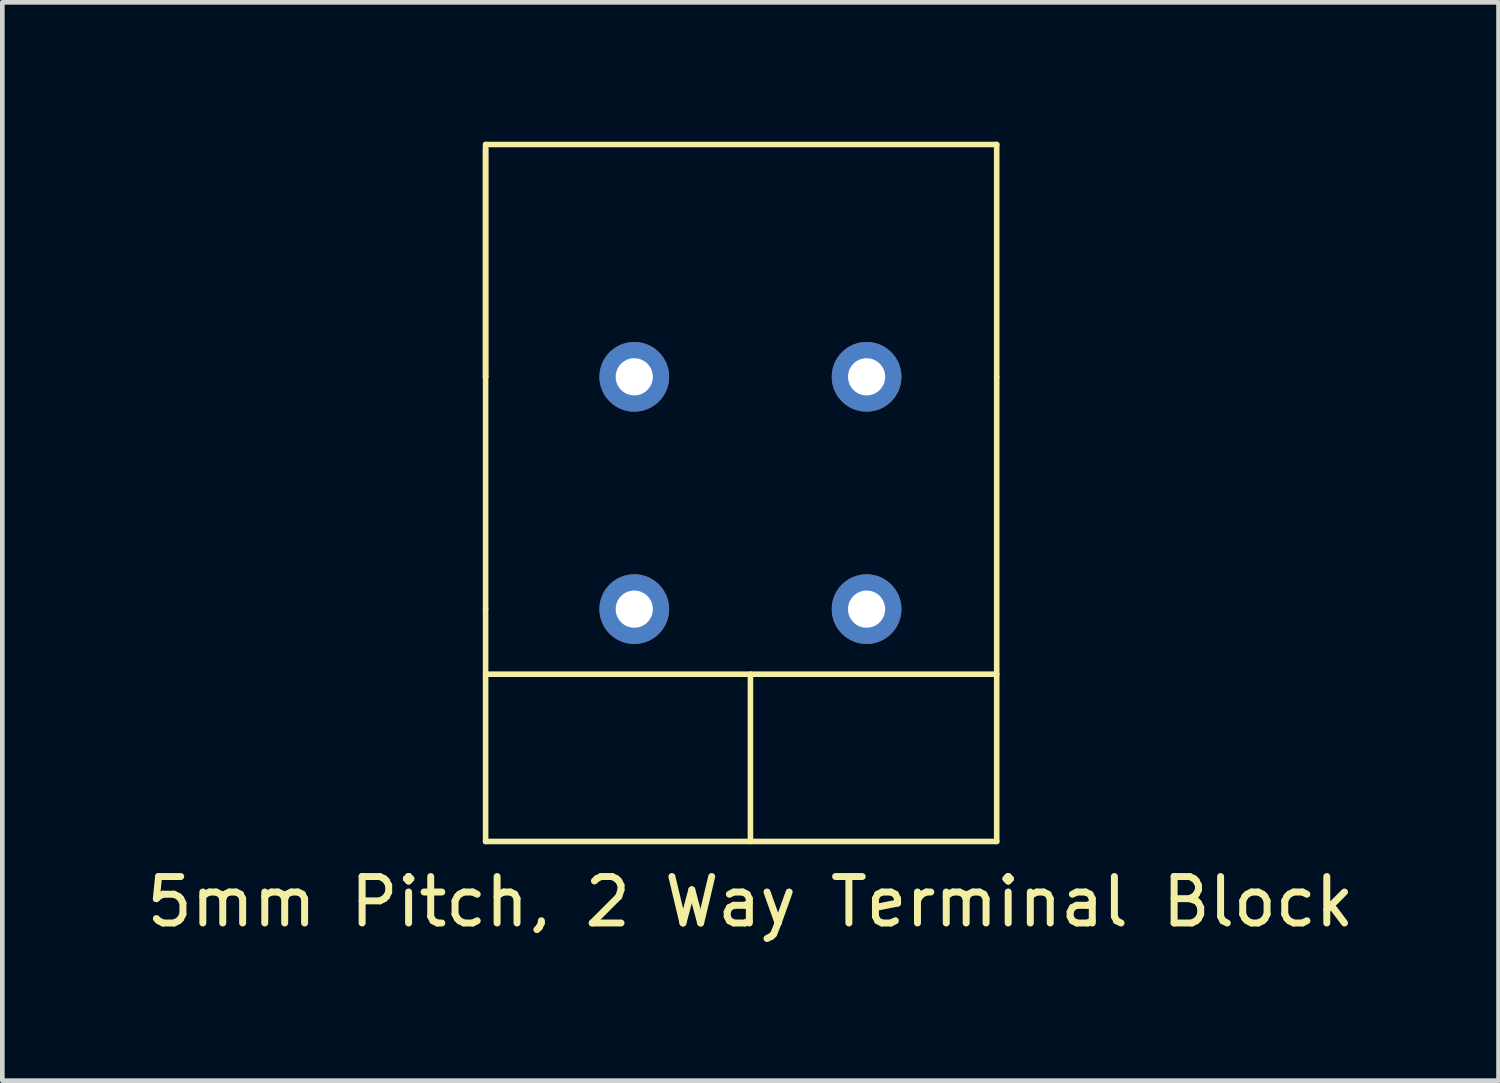
<source format=kicad_pcb>
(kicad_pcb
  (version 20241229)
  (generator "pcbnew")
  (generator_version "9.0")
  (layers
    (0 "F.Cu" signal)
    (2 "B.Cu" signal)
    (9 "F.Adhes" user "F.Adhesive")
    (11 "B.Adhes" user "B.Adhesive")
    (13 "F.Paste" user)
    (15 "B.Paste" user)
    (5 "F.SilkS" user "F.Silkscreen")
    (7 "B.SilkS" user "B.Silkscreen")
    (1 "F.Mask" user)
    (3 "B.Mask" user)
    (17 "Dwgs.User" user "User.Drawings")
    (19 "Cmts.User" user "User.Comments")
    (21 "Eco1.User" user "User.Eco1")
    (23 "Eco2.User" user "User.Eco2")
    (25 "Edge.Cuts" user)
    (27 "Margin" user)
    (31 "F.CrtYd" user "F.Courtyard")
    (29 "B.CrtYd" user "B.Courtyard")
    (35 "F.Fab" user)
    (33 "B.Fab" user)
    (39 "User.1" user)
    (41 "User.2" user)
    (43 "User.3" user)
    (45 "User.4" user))
  (footprint "5mm Pitch, 2 Way Terminal Block"
    (layer "F.Cu")
    (at 13.101 4.96)
    (property "Reference" "5mm Pitch, 2 Way Terminal Block" (at 0 11.4 0) (layer "F.SilkS") (effects (font (size 1 1) (thickness 0.15))))
    (attr through_hole)
    (fp_line (start -5.7 -4.9) (end 5.3 -4.9) (stroke (width 0.12) (type solid)) (layer "F.SilkS"))
    (fp_line (start -5.7 0.1) (end -5.7 -4.9) (stroke (width 0.12) (type solid)) (layer "F.SilkS"))
    (fp_line (start -5.7 0.1) (end -5.7 -4.8) (stroke (width 0.12) (type solid)) (layer "F.SilkS"))
    (fp_line (start -5.7 5.1) (end -5.7 0.1) (stroke (width 0.12) (type solid)) (layer "F.SilkS"))
    (fp_line (start -5.7 5.1) (end -5.7 10.1) (stroke (width 0.12) (type solid)) (layer "F.SilkS"))
    (fp_line (start -5.7 6.5) (end 5.3 6.5) (stroke (width 0.12) (type solid)) (layer "F.SilkS"))
    (fp_line (start -5.7 10.1) (end 5.3 10.1) (stroke (width 0.12) (type solid)) (layer "F.SilkS"))
    (fp_line (start 0 6.5) (end 0 10.1) (stroke (width 0.12) (type solid)) (layer "F.SilkS"))
    (fp_line (start 5.3 -4.9) (end 5.3 0.1) (stroke (width 0.12) (type solid)) (layer "F.SilkS"))
    (fp_line (start 5.3 10.1) (end 5.3 0.1) (stroke (width 0.12) (type solid)) (layer "F.SilkS"))
    (pad "1" thru_hole circle (at 2.5 0.1) (size 1.5 1.5) (drill 0.8) (layers "*.Cu" "*.Mask"))
    (pad "1" thru_hole circle (at 2.5 5.1) (size 1.5 1.5) (drill 0.8) (layers "*.Cu" "*.Mask"))
    (pad "2" thru_hole circle (at -2.5 0.1) (size 1.5 1.5) (drill 0.8) (layers "*.Cu" "*.Mask"))
    (pad "2" thru_hole circle (at -2.5 5.1) (size 1.5 1.5) (drill 0.8) (layers "*.Cu" "*.Mask")))
  (gr_rect
    (start -3 -3)
    (end 29.202 20.208)
    (stroke (width 0.1) (type default))
    (fill no)
    (layer "Edge.Cuts")))
</source>
